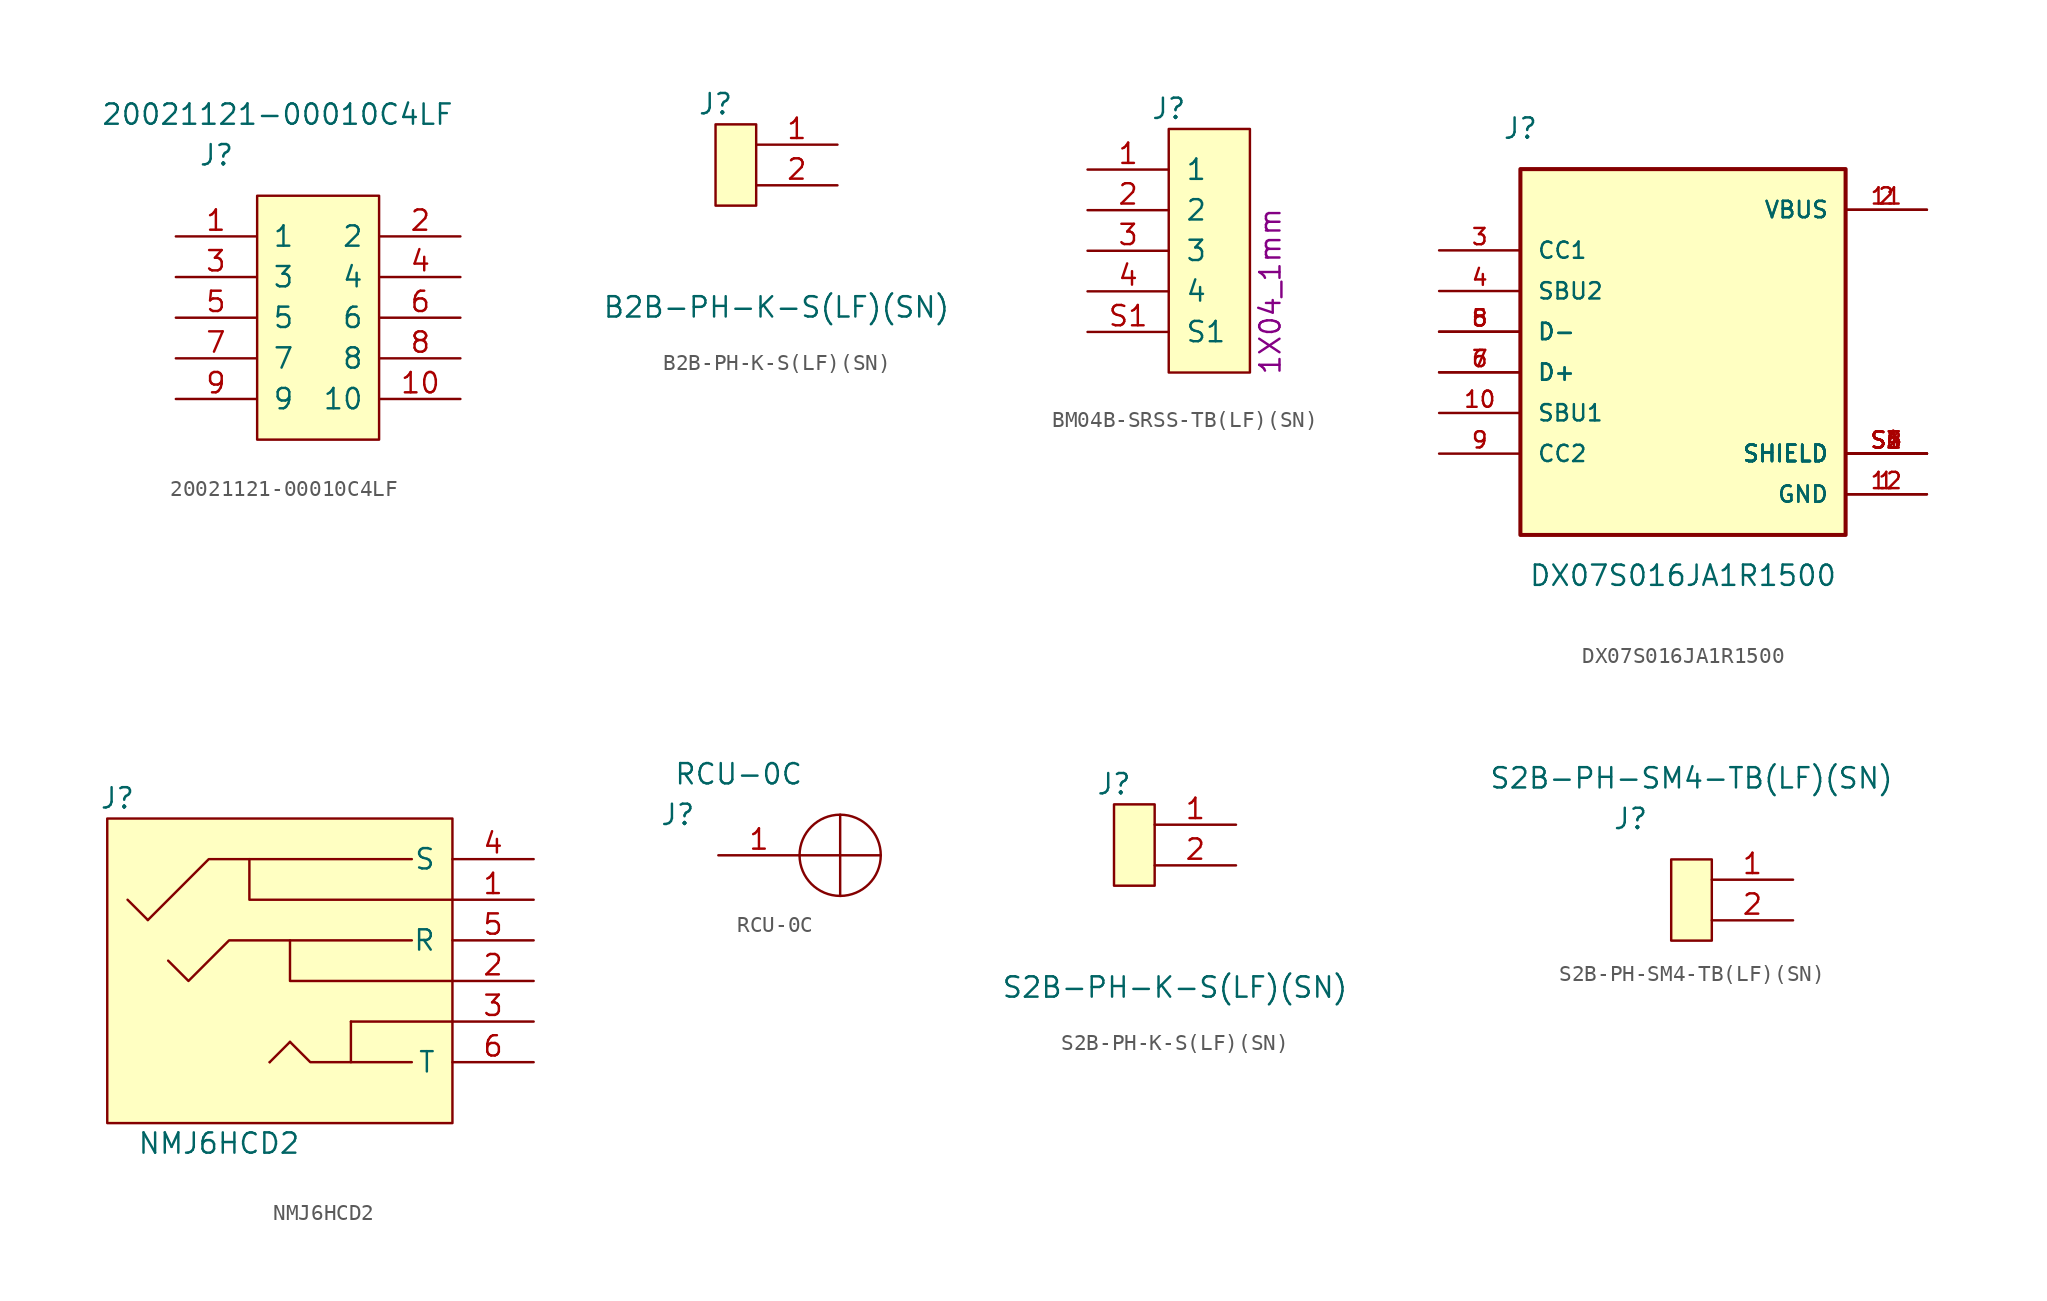
<source format=kicad_sym>
(kicad_symbol_lib
  (version 20220914)
  (generator kicad_symbol_editor)
  (symbol "20021121-00010C4LF"
    (pin_names
      (offset 1.016))
    (property "Reference" "J"
      (at -2.54 2.54 0)
      (effects (font (size 1.27 1.27))))
    (property "Value" "20021121-00010C4LF"
      (at 1.27 5.08 0)
      (effects (font (size 1.27 1.27))))
    (symbol "20021121-00010C4LF_1_1"
      (rectangle (start 0 0) (end 7.62 -15.24) (stroke (width 0) (type default)) (fill (type background)))
      (pin passive line (at -5.08 -2.54 0) (length 5.004) (name "1" (effects (font (size 1.27 1.27)))) (number "1" (effects (font (size 1.27 1.27)))))
      (pin passive line (at 12.7 -12.7 180) (length 5.004) (name "10" (effects (font (size 1.27 1.27)))) (number "10" (effects (font (size 1.27 1.27)))))
      (pin passive line (at 12.7 -2.54 180) (length 5.004) (name "2" (effects (font (size 1.27 1.27)))) (number "2" (effects (font (size 1.27 1.27)))))
      (pin passive line (at -5.08 -5.08 0) (length 5.004) (name "3" (effects (font (size 1.27 1.27)))) (number "3" (effects (font (size 1.27 1.27)))))
      (pin passive line (at 12.7 -5.08 180) (length 5.004) (name "4" (effects (font (size 1.27 1.27)))) (number "4" (effects (font (size 1.27 1.27)))))
      (pin passive line (at -5.08 -7.62 0) (length 5.004) (name "5" (effects (font (size 1.27 1.27)))) (number "5" (effects (font (size 1.27 1.27)))))
      (pin passive line (at 12.7 -7.62 180) (length 5.004) (name "6" (effects (font (size 1.27 1.27)))) (number "6" (effects (font (size 1.27 1.27)))))
      (pin passive line (at -5.08 -10.16 0) (length 5.004) (name "7" (effects (font (size 1.27 1.27)))) (number "7" (effects (font (size 1.27 1.27)))))
      (pin passive line (at 12.7 -10.16 180) (length 5.004) (name "8" (effects (font (size 1.27 1.27)))) (number "8" (effects (font (size 1.27 1.27)))))
      (pin passive line (at -5.08 -12.7 0) (length 5.004) (name "9" (effects (font (size 1.27 1.27)))) (number "9" (effects (font (size 1.27 1.27)))))))
  (symbol "B2B-PH-K-S(LF)(SN)"
    (pin_names
      (offset 1.016))
    (property "Reference" "J"
      (at 0 1.27 0)
      (effects (font (size 1.27 1.27))))
    (property "Value" "B2B-PH-K-S(LF)(SN)"
      (at 3.81 -11.43 0)
      (effects (font (size 1.27 1.27))))
    (symbol "B2B-PH-K-S(LF)(SN)_0_1"
      (rectangle (start 2.54 -5.08) (end 0 0) (stroke (width 0) (type default)) (fill (type background))))
    (symbol "B2B-PH-K-S(LF)(SN)_1_1"
      (pin passive line (at 7.62 -1.27 180) (length 5.08) (name "~" (effects (font (size 1.27 1.27)))) (number "1" (effects (font (size 1.27 1.27)))))
      (pin passive line (at 7.62 -3.81 180) (length 5.08) (name "~" (effects (font (size 1.27 1.27)))) (number "2" (effects (font (size 1.27 1.27)))))))
  (symbol "BM04B-SRSS-TB(LF)(SN)"
    (pin_names
      (offset 1.016))
    (property "Reference" "J"
      (at 0 1.27 0)
      (effects (font (size 1.27 1.27))))
    (property "_Value_" "1X04_1mm"
      (at 6.35 -10.16 90)
      (effects (font (size 1.27 1.27))))
    (symbol "BM04B-SRSS-TB(LF)(SN)_0_1"
      (rectangle (start 0 0) (end 5.08 -15.24) (stroke (width 0) (type default)) (fill (type background))))
    (symbol "BM04B-SRSS-TB(LF)(SN)_1_1"
      (pin passive line (at -5.08 -2.54 0) (length 5.08) (name "1" (effects (font (size 1.27 1.27)))) (number "1" (effects (font (size 1.27 1.27)))))
      (pin passive line (at -5.08 -5.08 0) (length 5.08) (name "2" (effects (font (size 1.27 1.27)))) (number "2" (effects (font (size 1.27 1.27)))))
      (pin passive line (at -5.08 -7.62 0) (length 5.08) (name "3" (effects (font (size 1.27 1.27)))) (number "3" (effects (font (size 1.27 1.27)))))
      (pin passive line (at -5.08 -10.16 0) (length 5.08) (name "4" (effects (font (size 1.27 1.27)))) (number "4" (effects (font (size 1.27 1.27)))))
      (pin passive line (at -5.08 -12.7 0) (length 5.08) (name "S1" (effects (font (size 1.27 1.27)))) (number "S1" (effects (font (size 1.27 1.27)))))))
  (symbol "DX07S016JA1R1500"
    (pin_names
      (offset 1.016))
    (property "Reference" "J"
      (at 0 2.54 0)
      (effects (font (size 1.27 1.27))))
    (property "Value" "DX07S016JA1R1500"
      (at 10.16 -25.4 0)
      (effects (font (size 1.27 1.27))))
    (symbol "DX07S016JA1R1500_1_1"
      (rectangle (start 0 -22.86) (end 20.32 0) (stroke (width 0.254) (type default)) (fill (type background)))
      (pin power_in line (at 25.4 -20.32 180) (length 5.08) (name "GND" (effects (font (size 1.016 1.016)))) (number "1" (effects (font (size 1.016 1.016)))))
      (pin passive line (at -5.08 -15.24 0) (length 5.08) (name "SBU1" (effects (font (size 1.016 1.016)))) (number "10" (effects (font (size 1.016 1.016)))))
      (pin power_in line (at 25.4 -2.54 180) (length 5.08) (name "VBUS" (effects (font (size 1.016 1.016)))) (number "11" (effects (font (size 1.016 1.016)))))
      (pin power_in line (at 25.4 -20.32 180) (length 5.08) (name "GND" (effects (font (size 1.016 1.016)))) (number "12" (effects (font (size 1.016 1.016)))))
      (pin power_in line (at 25.4 -2.54 180) (length 5.08) (name "VBUS" (effects (font (size 1.016 1.016)))) (number "2" (effects (font (size 1.016 1.016)))))
      (pin passive line (at -5.08 -5.08 0) (length 5.08) (name "CC1" (effects (font (size 1.016 1.016)))) (number "3" (effects (font (size 1.016 1.016)))))
      (pin passive line (at -5.08 -7.62 0) (length 5.08) (name "SBU2" (effects (font (size 1.016 1.016)))) (number "4" (effects (font (size 1.016 1.016)))))
      (pin passive line (at -5.08 -10.16 0) (length 5.08) (name "D-" (effects (font (size 1.016 1.016)))) (number "5" (effects (font (size 1.016 1.016)))))
      (pin passive line (at -5.08 -12.7 0) (length 5.08) (name "D+" (effects (font (size 1.016 1.016)))) (number "6" (effects (font (size 1.016 1.016)))))
      (pin passive line (at -5.08 -12.7 0) (length 5.08) (name "D+" (effects (font (size 1.016 1.016)))) (number "7" (effects (font (size 1.016 1.016)))))
      (pin passive line (at -5.08 -10.16 0) (length 5.08) (name "D-" (effects (font (size 1.016 1.016)))) (number "8" (effects (font (size 1.016 1.016)))))
      (pin passive line (at -5.08 -17.78 0) (length 5.08) (name "CC2" (effects (font (size 1.016 1.016)))) (number "9" (effects (font (size 1.016 1.016)))))
      (pin passive line (at 25.4 -17.78 180) (length 5.08) (name "SHIELD" (effects (font (size 1.016 1.016)))) (number "S1" (effects (font (size 1.016 1.016)))))
      (pin passive line (at 25.4 -17.78 180) (length 5.08) (name "SHIELD" (effects (font (size 1.016 1.016)))) (number "S2" (effects (font (size 1.016 1.016)))))
      (pin passive line (at 25.4 -17.78 180) (length 5.08) (name "SHIELD" (effects (font (size 1.016 1.016)))) (number "S3" (effects (font (size 1.016 1.016)))))
      (pin passive line (at 25.4 -17.78 180) (length 5.08) (name "SHIELD" (effects (font (size 1.016 1.016)))) (number "S4" (effects (font (size 1.016 1.016)))))
      (pin passive line (at 25.4 -17.78 180) (length 5.08) (name "SHIELD" (effects (font (size 1.016 1.016)))) (number "S5" (effects (font (size 1.016 1.016)))))
      (pin passive line (at 25.4 -17.78 180) (length 5.08) (name "SHIELD" (effects (font (size 1.016 1.016)))) (number "S6" (effects (font (size 1.016 1.016)))))))
  (symbol "NMJ6HCD2"
    (pin_names
      (offset 1.016))
    (property "Reference" "J"
      (at -20.955 1.27 0)
      (effects (font (size 1.27 1.27))))
    (property "Value" "NMJ6HCD2 "
      (at -14.605 -20.32 0)
      (effects (font (size 1.27 1.27))))
    (symbol "NMJ6HCD2_0_1"
      (rectangle (start -21.59 0) (end 0 -19.05) (stroke (width 0) (type default)) (fill (type background)))
      (polyline (pts (xy -20.32 -5.08) (xy -19.05 -6.35)) (stroke (width 0) (type default)) (fill (type none)))
      (polyline (pts (xy -11.43 -15.24) (xy -11.43 -15.24)) (stroke (width 0) (type default)) (fill (type none)))
      (polyline (pts (xy -10.16 -13.97) (xy -11.43 -15.24)) (stroke (width 0) (type default)) (fill (type none)))
      (polyline (pts (xy -6.35 -15.24) (xy -6.35 -12.7)) (stroke (width 0) (type default)) (fill (type none)))
      (polyline (pts (xy 0 -12.7) (xy -6.35 -12.7)) (stroke (width 0) (type default)) (fill (type none)))
      (polyline (pts (xy -2.54 -15.24) (xy -8.89 -15.24) (xy -10.16 -13.97)) (stroke (width 0) (type default)) (fill (type none)))
      (polyline (pts (xy -2.54 -2.54) (xy -15.24 -2.54) (xy -19.05 -6.35)) (stroke (width 0) (type default)) (fill (type none)))
      (polyline (pts (xy 0 -10.16) (xy -10.16 -10.16) (xy -10.16 -7.62)) (stroke (width 0) (type default)) (fill (type none)))
      (polyline (pts (xy 0 -5.08) (xy -12.7 -5.08) (xy -12.7 -2.54)) (stroke (width 0) (type default)) (fill (type none)))
      (polyline (pts (xy -2.54 -7.62) (xy -13.97 -7.62) (xy -16.51 -10.16) (xy -17.78 -8.89)) (stroke (width 0) (type default)) (fill (type none))))
    (symbol "NMJ6HCD2_1_1"
      (pin passive line (at 5.08 -5.08 180) (length 5.08) (name "~" (effects (font (size 1.27 1.27)))) (number "1" (effects (font (size 1.27 1.27)))))
      (pin passive line (at 5.08 -10.16 180) (length 5.08) (name "~" (effects (font (size 1.27 1.27)))) (number "2" (effects (font (size 1.27 1.27)))))
      (pin passive line (at 5.08 -12.7 180) (length 5.08) (name "~" (effects (font (size 1.27 1.27)))) (number "3" (effects (font (size 1.27 1.27)))))
      (pin passive line (at 5.08 -2.54 180) (length 5.08) (name "S" (effects (font (size 1.27 1.27)))) (number "4" (effects (font (size 1.27 1.27)))))
      (pin passive line (at 5.08 -7.62 180) (length 5.08) (name "R" (effects (font (size 1.27 1.27)))) (number "5" (effects (font (size 1.27 1.27)))))
      (pin passive line (at 5.08 -15.24 180) (length 5.08) (name "T" (effects (font (size 1.27 1.27)))) (number "6" (effects (font (size 1.27 1.27)))))))
  (symbol "RCU-0C"
    (pin_names
      (offset 1.016))
    (property "Reference" "J"
      (at -2.54 2.54 0)
      (effects (font (size 1.27 1.27))))
    (property "Value" "RCU-0C"
      (at 1.27 5.08 0)
      (effects (font (size 1.27 1.27))))
    (symbol "RCU-0C_0_1"
      (polyline (pts (xy 5.08 0) (xy 7.62 0)) (stroke (width 0) (type default)) (fill (type none)))
      (polyline (pts (xy 7.62 0) (xy 7.62 -2.54)) (stroke (width 0) (type default)) (fill (type none)))
      (polyline (pts (xy 7.62 0) (xy 7.62 2.54)) (stroke (width 0) (type default)) (fill (type none)))
      (polyline (pts (xy 7.62 0) (xy 10.16 0)) (stroke (width 0) (type default)) (fill (type none)))
      (circle (center 7.62 0) (radius 2.54) (stroke (width 0) (type default)) (fill (type none))))
    (symbol "RCU-0C_1_1"
      (pin passive line (at 0 0 0) (length 5.08) (name "~" (effects (font (size 1.27 1.27)))) (number "1" (effects (font (size 1.27 1.27)))))))
  (symbol "S2B-PH-K-S(LF)(SN)"
    (pin_names
      (offset 1.016))
    (property "Reference" "J"
      (at 0 1.27 0)
      (effects (font (size 1.27 1.27))))
    (property "Value" "S2B-PH-K-S(LF)(SN)"
      (at 3.81 -11.43 0)
      (effects (font (size 1.27 1.27))))
    (symbol "S2B-PH-K-S(LF)(SN)_0_1"
      (rectangle (start 2.54 -5.08) (end 0 0) (stroke (width 0) (type default)) (fill (type background))))
    (symbol "S2B-PH-K-S(LF)(SN)_1_1"
      (pin passive line (at 7.62 -1.27 180) (length 5.08) (name "~" (effects (font (size 1.27 1.27)))) (number "1" (effects (font (size 1.27 1.27)))))
      (pin passive line (at 7.62 -3.81 180) (length 5.08) (name "~" (effects (font (size 1.27 1.27)))) (number "2" (effects (font (size 1.27 1.27)))))))
  (symbol "S2B-PH-SM4-TB(LF)(SN)"
    (pin_names
      (offset 1.016))
    (property "Reference" "J"
      (at -2.54 2.54 0)
      (effects (font (size 1.27 1.27))))
    (property "Value" "S2B-PH-SM4-TB(LF)(SN)"
      (at 1.27 5.08 0)
      (effects (font (size 1.27 1.27))))
    (symbol "S2B-PH-SM4-TB(LF)(SN)_1_1"
      (rectangle (start 2.54 -5.08) (end 0 0) (stroke (width 0) (type default)) (fill (type background)))
      (pin passive line (at 7.62 -1.27 180) (length 5.08) (name "~" (effects (font (size 1.27 1.27)))) (number "1" (effects (font (size 1.27 1.27)))))
      (pin passive line (at 7.62 -3.81 180) (length 5.08) (name "~" (effects (font (size 1.27 1.27)))) (number "2" (effects (font (size 1.27 1.27))))))))
</source>
